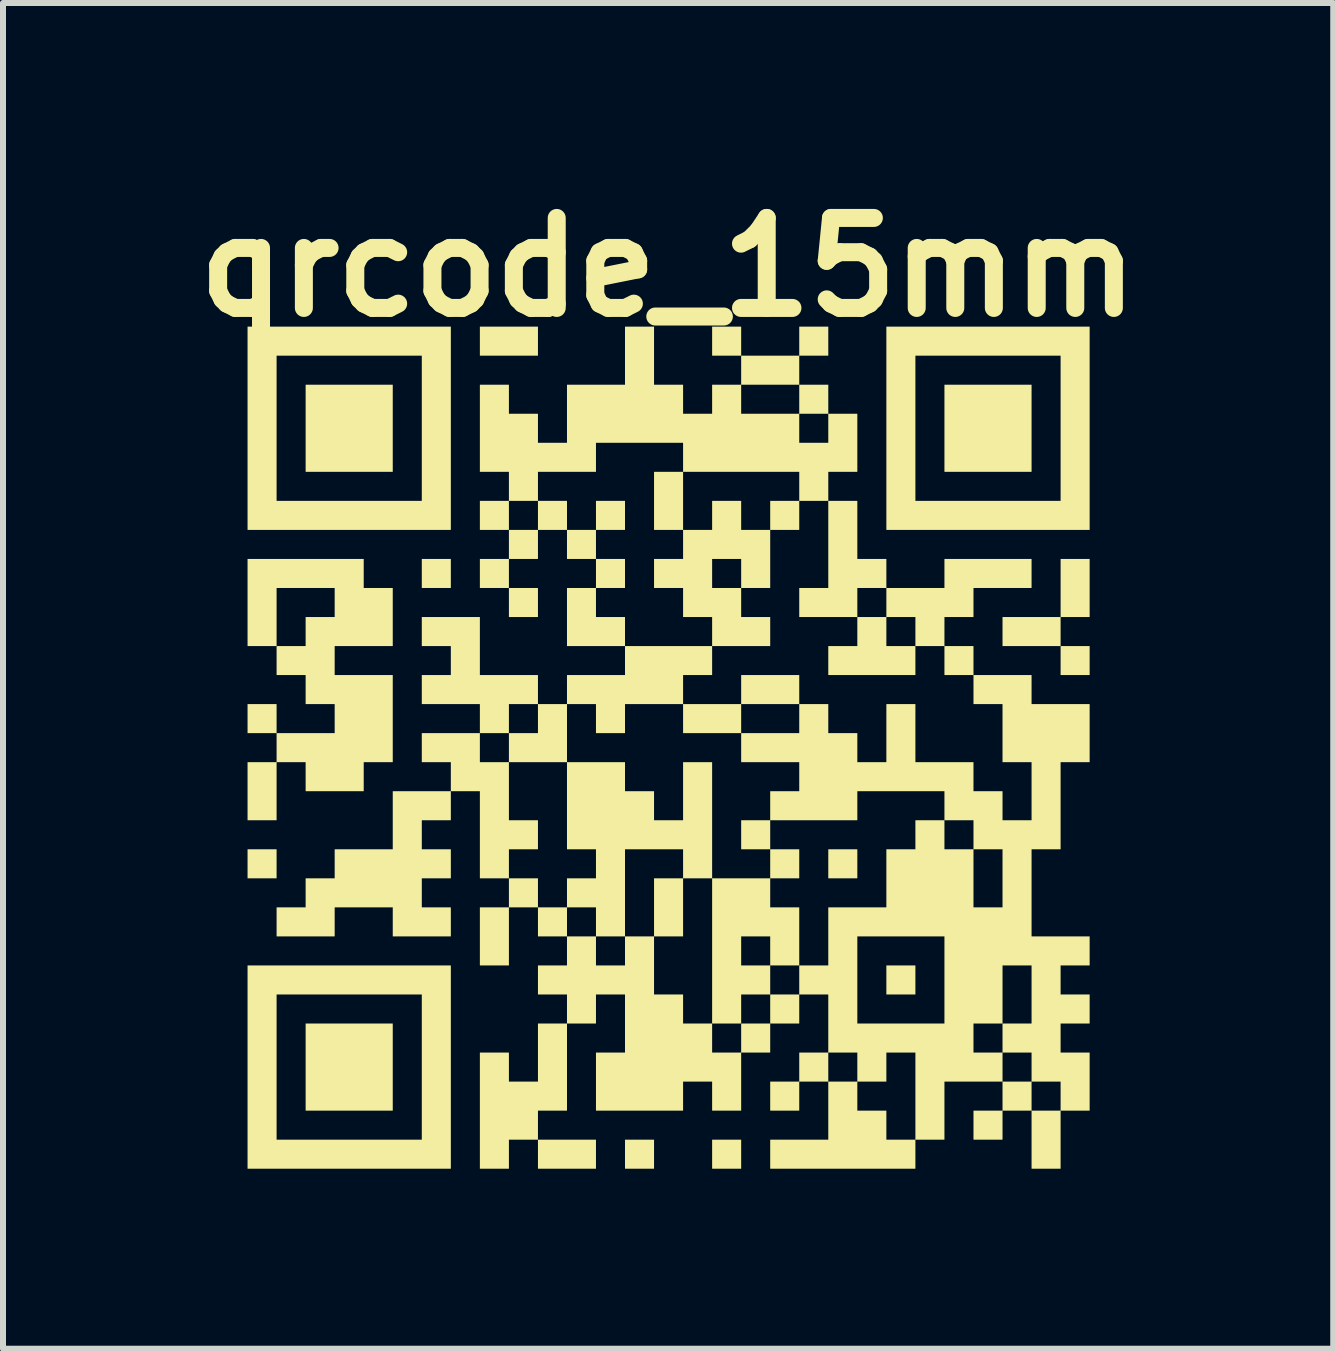
<source format=kicad_pcb>
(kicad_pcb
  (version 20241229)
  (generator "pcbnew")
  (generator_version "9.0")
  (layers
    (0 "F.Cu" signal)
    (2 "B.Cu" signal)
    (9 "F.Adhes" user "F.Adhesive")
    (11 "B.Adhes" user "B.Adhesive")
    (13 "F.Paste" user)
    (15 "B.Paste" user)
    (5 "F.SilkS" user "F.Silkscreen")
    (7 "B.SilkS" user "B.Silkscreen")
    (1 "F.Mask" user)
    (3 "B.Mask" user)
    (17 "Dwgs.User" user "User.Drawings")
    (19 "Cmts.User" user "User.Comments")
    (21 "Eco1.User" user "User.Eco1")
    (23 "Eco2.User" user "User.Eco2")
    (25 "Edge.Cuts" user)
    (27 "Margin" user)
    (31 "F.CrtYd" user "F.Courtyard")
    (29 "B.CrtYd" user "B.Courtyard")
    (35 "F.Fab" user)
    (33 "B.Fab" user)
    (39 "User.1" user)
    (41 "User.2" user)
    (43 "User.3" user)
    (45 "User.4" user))
  (footprint "qrcode_15mm"
    (layer "F.Cu")
    (at 8.086 9.404)
    (property "Reference" "qrcode_15mm" (at 0 -8 0) (layer "F.SilkS") (effects (font (size 1.5 1.5) (thickness 0.3))))
    (attr board_only exclude_from_pos_files exclude_from_bom)
    (fp_poly (pts (xy -6.526 1.943) (xy -6.526 2.185) (xy -6.768 2.185) (xy -7.01 2.185) (xy -7.01 1.943) (xy -7.01 1.701) (xy -6.768 1.701) (xy -6.526 1.701)) (stroke (width 0) (type solid)) (fill yes) (layer "F.SilkS"))
    (fp_poly (pts (xy -4.59 -5.316) (xy -4.59 -4.59) (xy -5.316 -4.59) (xy -6.042 -4.59) (xy -6.042 -5.316) (xy -6.042 -6.042) (xy -5.316 -6.042) (xy -4.59 -6.042)) (stroke (width 0) (type solid)) (fill yes) (layer "F.SilkS"))
    (fp_poly (pts (xy -4.59 5.331) (xy -4.59 6.057) (xy -5.316 6.057) (xy -6.042 6.057) (xy -6.042 5.331) (xy -6.042 4.605) (xy -5.316 4.605) (xy -4.59 4.605)) (stroke (width 0) (type solid)) (fill yes) (layer "F.SilkS"))
    (fp_poly (pts (xy -3.622 -2.896) (xy -3.622 -2.654) (xy -3.864 -2.654) (xy -4.106 -2.654) (xy -4.106 -2.896) (xy -4.106 -3.138) (xy -3.864 -3.138) (xy -3.622 -3.138)) (stroke (width 0) (type solid)) (fill yes) (layer "F.SilkS"))
    (fp_poly (pts (xy -2.17 -6.768) (xy -2.17 -6.526) (xy -2.654 -6.526) (xy -3.138 -6.526) (xy -3.138 -6.768) (xy -3.138 -7.01) (xy -2.654 -7.01) (xy -2.17 -7.01)) (stroke (width 0) (type solid)) (fill yes) (layer "F.SilkS"))
    (fp_poly (pts (xy -2.17 -2.412) (xy -2.17 -2.17) (xy -2.412 -2.17) (xy -2.654 -2.17) (xy -2.654 -2.412) (xy -2.654 -2.654) (xy -2.412 -2.654) (xy -2.17 -2.654)) (stroke (width 0) (type solid)) (fill yes) (layer "F.SilkS"))
    (fp_poly (pts (xy -1.686 2.911) (xy -1.686 3.153) (xy -1.928 3.153) (xy -2.17 3.153) (xy -2.17 2.911) (xy -2.17 2.669) (xy -1.928 2.669) (xy -1.686 2.669)) (stroke (width 0) (type solid)) (fill yes) (layer "F.SilkS"))
    (fp_poly (pts (xy -1.203 -3.38) (xy -1.203 -3.138) (xy -1.445 -3.138) (xy -1.686 -3.138) (xy -1.686 -3.38) (xy -1.686 -3.622) (xy -1.445 -3.622) (xy -1.203 -3.622)) (stroke (width 0) (type solid)) (fill yes) (layer "F.SilkS"))
    (fp_poly (pts (xy -1.203 6.783) (xy -1.203 7.025) (xy -1.686 7.025) (xy -2.17 7.025) (xy -2.17 6.783) (xy -2.17 6.541) (xy -1.686 6.541) (xy -1.203 6.541)) (stroke (width 0) (type solid)) (fill yes) (layer "F.SilkS"))
    (fp_poly (pts (xy -0.719 -3.864) (xy -0.719 -3.622) (xy -0.961 -3.622) (xy -1.203 -3.622) (xy -1.203 -3.864) (xy -1.203 -4.106) (xy -0.961 -4.106) (xy -0.719 -4.106)) (stroke (width 0) (type solid)) (fill yes) (layer "F.SilkS"))
    (fp_poly (pts (xy -0.235 6.783) (xy -0.235 7.025) (xy -0.477 7.025) (xy -0.719 7.025) (xy -0.719 6.783) (xy -0.719 6.541) (xy -0.477 6.541) (xy -0.235 6.541)) (stroke (width 0) (type solid)) (fill yes) (layer "F.SilkS"))
    (fp_poly (pts (xy 1.217 6.783) (xy 1.217 7.025) (xy 0.975 7.025) (xy 0.733 7.025) (xy 0.733 6.783) (xy 0.733 6.541) (xy 0.975 6.541) (xy 1.217 6.541)) (stroke (width 0) (type solid)) (fill yes) (layer "F.SilkS"))
    (fp_poly (pts (xy 1.701 1.459) (xy 1.701 1.701) (xy 1.459 1.701) (xy 1.217 1.701) (xy 1.217 1.459) (xy 1.217 1.217) (xy 1.459 1.217) (xy 1.701 1.217)) (stroke (width 0) (type solid)) (fill yes) (layer "F.SilkS"))
    (fp_poly (pts (xy 3.153 1.943) (xy 3.153 2.185) (xy 2.911 2.185) (xy 2.669 2.185) (xy 2.669 1.943) (xy 2.669 1.701) (xy 2.911 1.701) (xy 3.153 1.701)) (stroke (width 0) (type solid)) (fill yes) (layer "F.SilkS"))
    (fp_poly (pts (xy 4.121 3.879) (xy 4.121 4.121) (xy 3.879 4.121) (xy 3.637 4.121) (xy 3.637 3.879) (xy 3.637 3.637) (xy 3.879 3.637) (xy 4.121 3.637)) (stroke (width 0) (type solid)) (fill yes) (layer "F.SilkS"))
    (fp_poly (pts (xy 5.089 -1.445) (xy 5.089 -1.203) (xy 4.847 -1.203) (xy 4.605 -1.203) (xy 4.605 -1.445) (xy 4.605 -1.686) (xy 4.847 -1.686) (xy 5.089 -1.686)) (stroke (width 0) (type solid)) (fill yes) (layer "F.SilkS"))
    (fp_poly (pts (xy 6.057 -5.316) (xy 6.057 -4.59) (xy 5.331 -4.59) (xy 4.605 -4.59) (xy 4.605 -5.316) (xy 4.605 -6.042) (xy 5.331 -6.042) (xy 6.057 -6.042)) (stroke (width 0) (type solid)) (fill yes) (layer "F.SilkS"))
    (fp_poly (pts (xy 7.025 -1.445) (xy 7.025 -1.203) (xy 6.783 -1.203) (xy 6.541 -1.203) (xy 6.541 -1.445) (xy 6.541 -1.686) (xy 6.783 -1.686) (xy 7.025 -1.686)) (stroke (width 0) (type solid)) (fill yes) (layer "F.SilkS"))
    (fp_poly (pts (xy -2.17 2.427) (xy -2.17 2.669) (xy -2.412 2.669) (xy -2.654 2.669) (xy -2.654 3.153) (xy -2.654 3.637) (xy -2.896 3.637) (xy -3.138 3.637) (xy -3.138 3.153) (xy -3.138 2.669) (xy -2.896 2.669) (xy -2.654 2.669) (xy -2.654 2.427) (xy -2.654 2.185) (xy -2.412 2.185) (xy -2.17 2.185)) (stroke (width 0) (type solid)) (fill yes) (layer "F.SilkS"))
    (fp_poly (pts (xy 2.185 -0.961) (xy 2.185 -0.719) (xy 1.701 -0.719) (xy 1.217 -0.719) (xy 1.217 -0.477) (xy 1.217 -0.235) (xy 0.733 -0.235) (xy 0.249 -0.235) (xy 0.249 -0.477) (xy 0.249 -0.719) (xy 0.733 -0.719) (xy 1.217 -0.719) (xy 1.217 -0.961) (xy 1.217 -1.203) (xy 1.701 -1.203) (xy 2.185 -1.203)) (stroke (width 0) (type solid)) (fill yes) (layer "F.SilkS"))
    (fp_poly (pts (xy 3.637 -1.928) (xy 3.637 -1.686) (xy 3.879 -1.686) (xy 4.121 -1.686) (xy 4.121 -1.445) (xy 4.121 -1.203) (xy 3.395 -1.203) (xy 2.669 -1.203) (xy 2.669 -1.445) (xy 2.669 -1.686) (xy 2.911 -1.686) (xy 3.153 -1.686) (xy 3.153 -1.928) (xy 3.153 -2.17) (xy 3.395 -2.17) (xy 3.637 -2.17)) (stroke (width 0) (type solid)) (fill yes) (layer "F.SilkS"))
    (fp_poly (pts (xy 7.025 -2.654) (xy 7.025 -2.17) (xy 6.783 -2.17) (xy 6.541 -2.17) (xy 6.541 -1.928) (xy 6.541 -1.686) (xy 6.057 -1.686) (xy 5.573 -1.686) (xy 5.573 -1.928) (xy 5.573 -2.17) (xy 6.057 -2.17) (xy 6.541 -2.17) (xy 6.541 -2.654) (xy 6.541 -3.138) (xy 6.783 -3.138) (xy 7.025 -3.138)) (stroke (width 0) (type solid)) (fill yes) (layer "F.SilkS"))
    (fp_poly (pts (xy -3.622 -5.316) (xy -3.622 -3.622) (xy -5.316 -3.622) (xy -7.01 -3.622) (xy -7.01 -5.316) (xy -7.01 -6.526) (xy -6.526 -6.526) (xy -6.526 -5.316) (xy -6.526 -4.106) (xy -5.316 -4.106) (xy -4.106 -4.106) (xy -4.106 -5.316) (xy -4.106 -6.526) (xy -5.316 -6.526) (xy -6.526 -6.526) (xy -7.01 -6.526) (xy -7.01 -7.01) (xy -5.316 -7.01) (xy -3.622 -7.01)) (stroke (width 0) (type solid)) (fill yes) (layer "F.SilkS"))
    (fp_poly (pts (xy -3.622 5.331) (xy -3.622 7.025) (xy -5.316 7.025) (xy -7.01 7.025) (xy -7.01 5.331) (xy -7.01 4.121) (xy -6.526 4.121) (xy -6.526 5.331) (xy -6.526 6.541) (xy -5.316 6.541) (xy -4.106 6.541) (xy -4.106 5.331) (xy -4.106 4.121) (xy -5.316 4.121) (xy -6.526 4.121) (xy -7.01 4.121) (xy -7.01 3.637) (xy -5.316 3.637) (xy -3.622 3.637)) (stroke (width 0) (type solid)) (fill yes) (layer "F.SilkS"))
    (fp_poly (pts (xy 7.025 -5.316) (xy 7.025 -3.622) (xy 5.331 -3.622) (xy 3.637 -3.622) (xy 3.637 -5.316) (xy 3.637 -6.526) (xy 4.121 -6.526) (xy 4.121 -5.316) (xy 4.121 -4.106) (xy 5.331 -4.106) (xy 6.541 -4.106) (xy 6.541 -5.316) (xy 6.541 -6.526) (xy 5.331 -6.526) (xy 4.121 -6.526) (xy 3.637 -6.526) (xy 3.637 -7.01) (xy 5.331 -7.01) (xy 7.025 -7.01)) (stroke (width 0) (type solid)) (fill yes) (layer "F.SilkS"))
    (fp_poly (pts (xy -0.719 -2.896) (xy -0.719 -2.654) (xy -0.961 -2.654) (xy -1.203 -2.654) (xy -1.203 -2.412) (xy -1.203 -2.17) (xy -0.961 -2.17) (xy -0.719 -2.17) (xy -0.719 -1.928) (xy -0.719 -1.686) (xy -1.203 -1.686) (xy -1.686 -1.686) (xy -1.686 -2.17) (xy -1.686 -2.654) (xy -1.445 -2.654) (xy -1.203 -2.654) (xy -1.203 -2.896) (xy -1.203 -3.138) (xy -0.961 -3.138) (xy -0.719 -3.138)) (stroke (width 0) (type solid)) (fill yes) (layer "F.SilkS"))
    (fp_poly (pts (xy 3.153 -3.622) (xy 3.153 -3.138) (xy 3.395 -3.138) (xy 3.637 -3.138) (xy 3.637 -2.896) (xy 3.637 -2.654) (xy 4.121 -2.654) (xy 4.605 -2.654) (xy 4.605 -2.896) (xy 4.605 -3.138) (xy 5.331 -3.138) (xy 6.057 -3.138) (xy 6.057 -2.896) (xy 6.057 -2.654) (xy 5.573 -2.654) (xy 5.089 -2.654) (xy 5.089 -2.412) (xy 5.089 -2.17) (xy 4.847 -2.17) (xy 4.605 -2.17) (xy 4.605 -1.928) (xy 4.605 -1.686) (xy 4.363 -1.686) (xy 4.121 -1.686) (xy 4.121 -1.928) (xy 4.121 -2.17) (xy 3.879 -2.17) (xy 3.637 -2.17) (xy 3.637 -2.412) (xy 3.637 -2.654) (xy 3.395 -2.654) (xy 3.153 -2.654) (xy 3.153 -2.412) (xy 3.153 -2.17) (xy 2.669 -2.17) (xy 2.185 -2.17) (xy 2.185 -2.412) (xy 2.185 -2.654) (xy 2.427 -2.654) (xy 2.669 -2.654) (xy 2.669 -3.38) (xy 2.669 -4.106) (xy 2.911 -4.106) (xy 3.153 -4.106)) (stroke (width 0) (type solid)) (fill yes) (layer "F.SilkS"))
    (fp_poly (pts (xy 0.249 -4.106) (xy 0.249 -3.622) (xy 0.491 -3.622) (xy 0.733 -3.622) (xy 0.733 -3.864) (xy 0.733 -4.106) (xy 0.975 -4.106) (xy 1.217 -4.106) (xy 1.217 -3.864) (xy 1.217 -3.622) (xy 1.459 -3.622) (xy 1.701 -3.622) (xy 1.701 -3.864) (xy 1.701 -4.106) (xy 1.943 -4.106) (xy 2.185 -4.106) (xy 2.185 -3.864) (xy 2.185 -3.622) (xy 1.943 -3.622) (xy 1.701 -3.622) (xy 1.701 -3.138) (xy 1.701 -2.654) (xy 1.459 -2.654) (xy 1.217 -2.654) (xy 1.217 -2.412) (xy 1.217 -2.17) (xy 1.459 -2.17) (xy 1.701 -2.17) (xy 1.701 -1.928) (xy 1.701 -1.686) (xy 1.217 -1.686) (xy 0.733 -1.686) (xy 0.733 -1.928) (xy 0.733 -2.17) (xy 0.491 -2.17) (xy 0.249 -2.17) (xy 0.249 -2.412) (xy 0.249 -2.654) (xy 0.007 -2.654) (xy -0.235 -2.654) (xy -0.235 -2.896) (xy -0.235 -3.138) (xy 0.007 -3.138) (xy 0.249 -3.138) (xy 0.733 -3.138) (xy 0.733 -2.896) (xy 0.733 -2.654) (xy 0.975 -2.654) (xy 1.217 -2.654) (xy 1.217 -2.896) (xy 1.217 -3.138) (xy 0.975 -3.138) (xy 0.733 -3.138) (xy 0.249 -3.138) (xy 0.249 -3.38) (xy 0.249 -3.622) (xy 0.007 -3.622) (xy -0.235 -3.622) (xy -0.235 -4.106) (xy -0.235 -4.59) (xy 0.007 -4.59) (xy 0.249 -4.59)) (stroke (width 0) (type solid)) (fill yes) (layer "F.SilkS"))
    (fp_poly (pts (xy -5.074 -2.896) (xy -5.074 -2.654) (xy -4.832 -2.654) (xy -4.59 -2.654) (xy -4.59 -2.17) (xy -4.59 -1.686) (xy -5.074 -1.686) (xy -5.558 -1.686) (xy -5.558 -1.445) (xy -5.558 -1.203) (xy -5.074 -1.203) (xy -4.59 -1.203) (xy -4.59 -0.477) (xy -4.59 0.249) (xy -4.832 0.249) (xy -5.074 0.249) (xy -5.074 0.491) (xy -5.074 0.733) (xy -5.558 0.733) (xy -6.042 0.733) (xy -6.042 0.491) (xy -6.042 0.249) (xy -6.284 0.249) (xy -6.526 0.249) (xy -6.526 0.733) (xy -6.526 1.217) (xy -6.768 1.217) (xy -7.01 1.217) (xy -7.01 0.733) (xy -7.01 0.249) (xy -6.768 0.249) (xy -6.526 0.249) (xy -6.526 0.007) (xy -6.526 -0.235) (xy -6.768 -0.235) (xy -7.01 -0.235) (xy -7.01 -0.477) (xy -7.01 -0.719) (xy -6.768 -0.719) (xy -6.526 -0.719) (xy -6.526 -0.477) (xy -6.526 -0.235) (xy -6.042 -0.235) (xy -5.558 -0.235) (xy -5.558 -0.477) (xy -5.558 -0.719) (xy -5.8 -0.719) (xy -6.042 -0.719) (xy -6.042 -0.961) (xy -6.042 -1.203) (xy -6.284 -1.203) (xy -6.526 -1.203) (xy -6.526 -1.445) (xy -6.526 -1.686) (xy -6.768 -1.686) (xy -7.01 -1.686) (xy -7.01 -2.412) (xy -7.01 -2.654) (xy -6.526 -2.654) (xy -6.526 -2.17) (xy -6.526 -1.686) (xy -6.284 -1.686) (xy -6.042 -1.686) (xy -6.042 -1.928) (xy -6.042 -2.17) (xy -5.8 -2.17) (xy -5.558 -2.17) (xy -5.558 -2.412) (xy -5.558 -2.654) (xy -6.042 -2.654) (xy -6.526 -2.654) (xy -7.01 -2.654) (xy -7.01 -3.138) (xy -6.042 -3.138) (xy -5.074 -3.138)) (stroke (width 0) (type solid)) (fill yes) (layer "F.SilkS"))
    (fp_poly (pts (xy -0.719 0.491) (xy -0.719 0.733) (xy -0.477 0.733) (xy -0.235 0.733) (xy -0.235 0.975) (xy -0.235 1.217) (xy 0.007 1.217) (xy 0.249 1.217) (xy 0.249 0.733) (xy 0.249 0.249) (xy 0.491 0.249) (xy 0.733 0.249) (xy 0.733 1.217) (xy 0.733 2.185) (xy 1.217 2.185) (xy 1.701 2.185) (xy 1.701 1.943) (xy 1.701 1.701) (xy 1.943 1.701) (xy 2.185 1.701) (xy 2.185 1.943) (xy 2.185 2.185) (xy 1.943 2.185) (xy 1.701 2.185) (xy 1.701 2.427) (xy 1.701 2.669) (xy 1.943 2.669) (xy 2.185 2.669) (xy 2.185 3.153) (xy 2.185 3.637) (xy 1.943 3.637) (xy 1.701 3.637) (xy 1.701 3.879) (xy 1.701 4.121) (xy 1.459 4.121) (xy 1.217 4.121) (xy 1.217 4.363) (xy 1.217 4.605) (xy 0.975 4.605) (xy 0.733 4.605) (xy 0.733 3.395) (xy 0.733 3.153) (xy 1.217 3.153) (xy 1.217 3.395) (xy 1.217 3.637) (xy 1.459 3.637) (xy 1.701 3.637) (xy 1.701 3.395) (xy 1.701 3.153) (xy 1.459 3.153) (xy 1.217 3.153) (xy 0.733 3.153) (xy 0.733 2.185) (xy 0.491 2.185) (xy 0.249 2.185) (xy 0.249 2.669) (xy 0.249 3.153) (xy 0.007 3.153) (xy -0.235 3.153) (xy -0.235 2.669) (xy -0.235 2.185) (xy 0.007 2.185) (xy 0.249 2.185) (xy 0.249 1.943) (xy 0.249 1.701) (xy -0.235 1.701) (xy -0.719 1.701) (xy -0.719 2.427) (xy -0.719 3.153) (xy -0.961 3.153) (xy -1.203 3.153) (xy -1.203 2.911) (xy -1.203 2.669) (xy -1.445 2.669) (xy -1.686 2.669) (xy -1.686 2.427) (xy -1.686 2.185) (xy -1.445 2.185) (xy -1.203 2.185) (xy -1.203 1.943) (xy -1.203 1.701) (xy -1.445 1.701) (xy -1.686 1.701) (xy -1.686 0.975) (xy -1.686 0.249) (xy -1.203 0.249) (xy -0.719 0.249)) (stroke (width 0) (type solid)) (fill yes) (layer "F.SilkS"))
    (fp_poly (pts (xy -3.138 -1.686) (xy -3.138 -1.203) (xy -2.654 -1.203) (xy -2.17 -1.203) (xy -2.17 -0.961) (xy -2.17 -0.719) (xy -1.928 -0.719) (xy -1.686 -0.719) (xy -1.686 -0.961) (xy -1.686 -1.203) (xy -1.203 -1.203) (xy -0.719 -1.203) (xy -0.719 -1.445) (xy -0.719 -1.686) (xy 0.007 -1.686) (xy 0.733 -1.686) (xy 0.733 -1.445) (xy 0.733 -1.203) (xy 0.491 -1.203) (xy 0.249 -1.203) (xy 0.249 -0.961) (xy 0.249 -0.719) (xy -0.235 -0.719) (xy -0.719 -0.719) (xy -0.719 -0.477) (xy -0.719 -0.235) (xy -0.961 -0.235) (xy -1.203 -0.235) (xy -1.203 -0.477) (xy -1.203 -0.719) (xy -1.445 -0.719) (xy -1.686 -0.719) (xy -1.686 -0.235) (xy -1.686 0.249) (xy -2.17 0.249) (xy -2.654 0.249) (xy -2.654 0.007) (xy -2.654 -0.235) (xy -2.412 -0.235) (xy -2.17 -0.235) (xy -2.17 -0.477) (xy -2.17 -0.719) (xy -2.412 -0.719) (xy -2.654 -0.719) (xy -2.654 -0.477) (xy -2.654 -0.235) (xy -2.896 -0.235) (xy -3.138 -0.235) (xy -3.138 0.007) (xy -3.138 0.249) (xy -2.896 0.249) (xy -2.654 0.249) (xy -2.654 0.733) (xy -2.654 1.217) (xy -2.412 1.217) (xy -2.17 1.217) (xy -2.17 1.459) (xy -2.17 1.701) (xy -2.412 1.701) (xy -2.654 1.701) (xy -2.654 1.943) (xy -2.654 2.185) (xy -2.896 2.185) (xy -3.138 2.185) (xy -3.138 1.459) (xy -3.138 0.733) (xy -3.38 0.733) (xy -3.622 0.733) (xy -3.622 0.975) (xy -3.622 1.217) (xy -3.864 1.217) (xy -4.106 1.217) (xy -4.106 1.459) (xy -4.106 1.701) (xy -3.864 1.701) (xy -3.622 1.701) (xy -3.622 1.943) (xy -3.622 2.185) (xy -3.864 2.185) (xy -4.106 2.185) (xy -4.106 2.427) (xy -4.106 2.669) (xy -3.864 2.669) (xy -3.622 2.669) (xy -3.622 2.911) (xy -3.622 3.153) (xy -4.106 3.153) (xy -4.59 3.153) (xy -4.59 2.911) (xy -4.59 2.669) (xy -5.074 2.669) (xy -5.558 2.669) (xy -5.558 2.911) (xy -5.558 3.153) (xy -6.042 3.153) (xy -6.526 3.153) (xy -6.526 2.911) (xy -6.526 2.669) (xy -6.284 2.669) (xy -6.042 2.669) (xy -6.042 2.427) (xy -6.042 2.185) (xy -5.8 2.185) (xy -5.558 2.185) (xy -5.558 1.943) (xy -5.558 1.701) (xy -5.074 1.701) (xy -4.59 1.701) (xy -4.59 1.217) (xy -4.59 0.733) (xy -4.106 0.733) (xy -3.622 0.733) (xy -3.622 0.491) (xy -3.622 0.249) (xy -3.864 0.249) (xy -4.106 0.249) (xy -4.106 0.007) (xy -4.106 -0.235) (xy -3.622 -0.235) (xy -3.138 -0.235) (xy -3.138 -0.477) (xy -3.138 -0.719) (xy -3.622 -0.719) (xy -4.106 -0.719) (xy -4.106 -0.961) (xy -4.106 -1.203) (xy -3.864 -1.203) (xy -3.622 -1.203) (xy -3.622 -1.445) (xy -3.622 -1.686) (xy -3.864 -1.686) (xy -4.106 -1.686) (xy -4.106 -1.928) (xy -4.106 -2.17) (xy -3.622 -2.17) (xy -3.138 -2.17)) (stroke (width 0) (type solid)) (fill yes) (layer "F.SilkS"))
    (fp_poly (pts (xy -0.235 -6.526) (xy -0.235 -6.042) (xy 0.007 -6.042) (xy 0.249 -6.042) (xy 0.249 -5.8) (xy 0.249 -5.558) (xy 0.491 -5.558) (xy 0.733 -5.558) (xy 0.733 -5.8) (xy 0.733 -6.042) (xy 0.975 -6.042) (xy 1.217 -6.042) (xy 1.217 -6.284) (xy 1.217 -6.526) (xy 0.975 -6.526) (xy 0.733 -6.526) (xy 0.733 -6.768) (xy 0.733 -7.01) (xy 0.975 -7.01) (xy 1.217 -7.01) (xy 1.217 -6.768) (xy 1.217 -6.526) (xy 1.701 -6.526) (xy 2.185 -6.526) (xy 2.185 -6.768) (xy 2.185 -7.01) (xy 2.427 -7.01) (xy 2.669 -7.01) (xy 2.669 -6.768) (xy 2.669 -6.526) (xy 2.427 -6.526) (xy 2.185 -6.526) (xy 2.185 -6.284) (xy 2.185 -6.042) (xy 1.701 -6.042) (xy 1.217 -6.042) (xy 1.217 -5.8) (xy 1.217 -5.558) (xy 1.701 -5.558) (xy 2.185 -5.558) (xy 2.185 -5.8) (xy 2.185 -6.042) (xy 2.427 -6.042) (xy 2.669 -6.042) (xy 2.669 -5.8) (xy 2.669 -5.558) (xy 2.427 -5.558) (xy 2.185 -5.558) (xy 2.185 -5.316) (xy 2.185 -5.074) (xy 2.427 -5.074) (xy 2.669 -5.074) (xy 2.669 -5.316) (xy 2.669 -5.558) (xy 2.911 -5.558) (xy 3.153 -5.558) (xy 3.153 -5.074) (xy 3.153 -4.59) (xy 2.911 -4.59) (xy 2.669 -4.59) (xy 2.669 -4.348) (xy 2.669 -4.106) (xy 2.427 -4.106) (xy 2.185 -4.106) (xy 2.185 -4.348) (xy 2.185 -4.59) (xy 1.217 -4.59) (xy 0.249 -4.59) (xy 0.249 -4.832) (xy 0.249 -5.074) (xy -0.477 -5.074) (xy -1.203 -5.074) (xy -1.203 -4.832) (xy -1.203 -4.59) (xy -1.686 -4.59) (xy -2.17 -4.59) (xy -2.17 -4.348) (xy -2.17 -4.106) (xy -2.412 -4.106) (xy -2.654 -4.106) (xy -2.654 -3.864) (xy -2.654 -3.622) (xy -2.412 -3.622) (xy -2.17 -3.622) (xy -2.17 -3.864) (xy -2.17 -4.106) (xy -1.928 -4.106) (xy -1.686 -4.106) (xy -1.686 -3.864) (xy -1.686 -3.622) (xy -1.928 -3.622) (xy -2.17 -3.622) (xy -2.17 -3.38) (xy -2.17 -3.138) (xy -2.412 -3.138) (xy -2.654 -3.138) (xy -2.654 -2.896) (xy -2.654 -2.654) (xy -2.896 -2.654) (xy -3.138 -2.654) (xy -3.138 -2.896) (xy -3.138 -3.138) (xy -2.896 -3.138) (xy -2.654 -3.138) (xy -2.654 -3.38) (xy -2.654 -3.622) (xy -2.896 -3.622) (xy -3.138 -3.622) (xy -3.138 -3.864) (xy -3.138 -4.106) (xy -2.896 -4.106) (xy -2.654 -4.106) (xy -2.654 -4.348) (xy -2.654 -4.59) (xy -2.896 -4.59) (xy -3.138 -4.59) (xy -3.138 -5.316) (xy -3.138 -6.042) (xy -2.896 -6.042) (xy -2.654 -6.042) (xy -2.654 -5.8) (xy -2.654 -5.558) (xy -2.412 -5.558) (xy -2.17 -5.558) (xy -2.17 -5.316) (xy -2.17 -5.074) (xy -1.928 -5.074) (xy -1.686 -5.074) (xy -1.686 -5.558) (xy -1.686 -6.042) (xy -1.203 -6.042) (xy -0.719 -6.042) (xy -0.719 -6.526) (xy -0.719 -7.01) (xy -0.477 -7.01) (xy -0.235 -7.01)) (stroke (width 0) (type solid)) (fill yes) (layer "F.SilkS"))
    (fp_poly (pts (xy 6.057 -0.961) (xy 6.057 -0.719) (xy 6.541 -0.719) (xy 7.025 -0.719) (xy 7.025 -0.235) (xy 7.025 0.249) (xy 6.783 0.249) (xy 6.541 0.249) (xy 6.541 0.975) (xy 6.541 1.701) (xy 6.299 1.701) (xy 6.057 1.701) (xy 6.057 2.427) (xy 6.057 3.153) (xy 6.541 3.153) (xy 7.025 3.153) (xy 7.025 3.395) (xy 7.025 3.637) (xy 6.783 3.637) (xy 6.541 3.637) (xy 6.541 3.879) (xy 6.541 4.121) (xy 6.783 4.121) (xy 7.025 4.121) (xy 7.025 4.363) (xy 7.025 4.605) (xy 6.783 4.605) (xy 6.541 4.605) (xy 6.541 4.847) (xy 6.541 5.089) (xy 6.783 5.089) (xy 7.025 5.089) (xy 7.025 5.573) (xy 7.025 6.057) (xy 6.783 6.057) (xy 6.541 6.057) (xy 6.541 6.541) (xy 6.541 7.025) (xy 6.299 7.025) (xy 6.057 7.025) (xy 6.057 6.541) (xy 6.057 6.057) (xy 5.815 6.057) (xy 5.573 6.057) (xy 5.573 6.299) (xy 5.573 6.541) (xy 5.331 6.541) (xy 5.089 6.541) (xy 5.089 6.299) (xy 5.089 6.057) (xy 5.331 6.057) (xy 5.573 6.057) (xy 5.573 5.815) (xy 5.573 5.573) (xy 5.089 5.573) (xy 4.605 5.573) (xy 4.605 6.057) (xy 4.605 6.541) (xy 4.363 6.541) (xy 4.121 6.541) (xy 4.121 6.783) (xy 4.121 7.025) (xy 2.911 7.025) (xy 1.701 7.025) (xy 1.701 6.783) (xy 1.701 6.541) (xy 2.185 6.541) (xy 2.669 6.541) (xy 2.669 6.057) (xy 2.669 5.573) (xy 2.911 5.573) (xy 3.153 5.573) (xy 3.153 5.815) (xy 3.153 6.057) (xy 3.395 6.057) (xy 3.637 6.057) (xy 3.637 6.299) (xy 3.637 6.541) (xy 3.879 6.541) (xy 4.121 6.541) (xy 4.121 5.815) (xy 4.121 5.089) (xy 5.089 5.089) (xy 5.331 5.089) (xy 5.573 5.089) (xy 5.573 5.331) (xy 5.573 5.573) (xy 5.815 5.573) (xy 6.057 5.573) (xy 6.057 5.815) (xy 6.057 6.057) (xy 6.299 6.057) (xy 6.541 6.057) (xy 6.541 5.815) (xy 6.541 5.573) (xy 6.299 5.573) (xy 6.057 5.573) (xy 6.057 5.331) (xy 6.057 5.089) (xy 5.815 5.089) (xy 5.573 5.089) (xy 5.573 4.847) (xy 5.573 4.605) (xy 5.815 4.605) (xy 6.057 4.605) (xy 6.057 4.121) (xy 6.057 3.637) (xy 5.815 3.637) (xy 5.573 3.637) (xy 5.573 4.121) (xy 5.573 4.605) (xy 5.331 4.605) (xy 5.089 4.605) (xy 5.089 4.847) (xy 5.089 5.089) (xy 4.121 5.089) (xy 3.879 5.089) (xy 3.637 5.089) (xy 3.637 5.331) (xy 3.637 5.573) (xy 3.395 5.573) (xy 3.153 5.573) (xy 3.153 5.331) (xy 3.153 5.089) (xy 2.911 5.089) (xy 2.669 5.089) (xy 2.669 5.331) (xy 2.669 5.573) (xy 2.427 5.573) (xy 2.185 5.573) (xy 2.185 5.815) (xy 2.185 6.057) (xy 1.943 6.057) (xy 1.701 6.057) (xy 1.701 5.815) (xy 1.701 5.573) (xy 1.943 5.573) (xy 2.185 5.573) (xy 2.185 5.331) (xy 2.185 5.089) (xy 2.427 5.089) (xy 2.669 5.089) (xy 2.669 4.605) (xy 2.669 4.121) (xy 2.427 4.121) (xy 2.185 4.121) (xy 2.185 4.363) (xy 2.185 4.605) (xy 1.943 4.605) (xy 1.701 4.605) (xy 1.701 4.847) (xy 1.701 5.089) (xy 1.459 5.089) (xy 1.217 5.089) (xy 1.217 5.573) (xy 1.217 6.057) (xy 0.975 6.057) (xy 0.733 6.057) (xy 0.733 5.815) (xy 0.733 5.573) (xy 0.491 5.573) (xy 0.249 5.573) (xy 0.249 5.815) (xy 0.249 6.057) (xy -0.477 6.057) (xy -1.203 6.057) (xy -1.203 5.573) (xy -1.203 5.089) (xy -0.961 5.089) (xy -0.719 5.089) (xy -0.719 4.605) (xy -0.719 4.121) (xy -0.961 4.121) (xy -1.203 4.121) (xy -1.203 4.363) (xy -1.203 4.605) (xy -1.445 4.605) (xy -1.686 4.605) (xy -1.686 5.331) (xy -1.686 6.057) (xy -1.928 6.057) (xy -2.17 6.057) (xy -2.17 6.299) (xy -2.17 6.541) (xy -2.412 6.541) (xy -2.654 6.541) (xy -2.654 6.783) (xy -2.654 7.025) (xy -2.896 7.025) (xy -3.138 7.025) (xy -3.138 6.057) (xy -3.138 5.089) (xy -2.896 5.089) (xy -2.654 5.089) (xy -2.654 5.331) (xy -2.654 5.573) (xy -2.412 5.573) (xy -2.17 5.573) (xy -2.17 5.089) (xy -2.17 4.605) (xy -1.928 4.605) (xy -1.686 4.605) (xy -1.686 4.363) (xy -1.686 4.121) (xy -1.928 4.121) (xy -2.17 4.121) (xy -2.17 3.879) (xy -2.17 3.637) (xy -1.928 3.637) (xy -1.686 3.637) (xy -1.686 3.395) (xy -1.686 3.153) (xy -1.445 3.153) (xy -1.203 3.153) (xy -1.203 3.395) (xy -1.203 3.637) (xy -0.961 3.637) (xy -0.719 3.637) (xy -0.719 3.395) (xy -0.719 3.153) (xy -0.477 3.153) (xy -0.235 3.153) (xy -0.235 3.637) (xy -0.235 4.121) (xy 0.007 4.121) (xy 0.249 4.121) (xy 0.249 4.363) (xy 0.249 4.605) (xy 0.491 4.605) (xy 0.733 4.605) (xy 0.733 4.847) (xy 0.733 5.089) (xy 0.975 5.089) (xy 1.217 5.089) (xy 1.217 4.847) (xy 1.217 4.605) (xy 1.459 4.605) (xy 1.701 4.605) (xy 1.701 4.363) (xy 1.701 4.121) (xy 1.943 4.121) (xy 2.185 4.121) (xy 2.185 3.879) (xy 2.185 3.637) (xy 2.427 3.637) (xy 2.669 3.637) (xy 2.669 3.153) (xy 3.153 3.153) (xy 3.153 3.879) (xy 3.153 4.605) (xy 3.879 4.605) (xy 4.605 4.605) (xy 4.605 3.879) (xy 4.605 3.153) (xy 3.879 3.153) (xy 3.153 3.153) (xy 2.669 3.153) (xy 2.669 2.669) (xy 3.153 2.669) (xy 3.637 2.669) (xy 3.637 2.185) (xy 3.637 1.701) (xy 3.879 1.701) (xy 4.121 1.701) (xy 4.121 1.459) (xy 4.121 1.217) (xy 4.363 1.217) (xy 4.605 1.217) (xy 4.605 1.459) (xy 4.605 1.701) (xy 4.847 1.701) (xy 5.089 1.701) (xy 5.089 2.185) (xy 5.089 2.669) (xy 5.331 2.669) (xy 5.573 2.669) (xy 5.573 2.185) (xy 5.573 1.701) (xy 5.331 1.701) (xy 5.089 1.701) (xy 5.089 1.459) (xy 5.089 1.217) (xy 4.847 1.217) (xy 4.605 1.217) (xy 4.605 0.975) (xy 4.605 0.733) (xy 3.879 0.733) (xy 3.153 0.733) (xy 3.153 0.975) (xy 3.153 1.217) (xy 2.427 1.217) (xy 1.701 1.217) (xy 1.701 0.975) (xy 1.701 0.733) (xy 1.943 0.733) (xy 2.185 0.733) (xy 2.185 0.491) (xy 2.185 0.249) (xy 1.701 0.249) (xy 1.217 0.249) (xy 1.217 0.007) (xy 1.217 -0.235) (xy 1.701 -0.235) (xy 2.185 -0.235) (xy 2.185 -0.477) (xy 2.185 -0.719) (xy 2.427 -0.719) (xy 2.669 -0.719) (xy 2.669 -0.477) (xy 2.669 -0.235) (xy 2.911 -0.235) (xy 3.153 -0.235) (xy 3.153 0.007) (xy 3.153 0.249) (xy 3.395 0.249) (xy 3.637 0.249) (xy 3.637 -0.235) (xy 3.637 -0.719) (xy 3.879 -0.719) (xy 4.121 -0.719) (xy 4.121 -0.235) (xy 4.121 0.249) (xy 4.605 0.249) (xy 5.089 0.249) (xy 5.089 0.491) (xy 5.089 0.733) (xy 5.331 0.733) (xy 5.573 0.733) (xy 5.573 0.975) (xy 5.573 1.217) (xy 5.815 1.217) (xy 6.057 1.217) (xy 6.057 0.733) (xy 6.057 0.249) (xy 5.815 0.249) (xy 5.573 0.249) (xy 5.573 -0.235) (xy 5.573 -0.719) (xy 5.331 -0.719) (xy 5.089 -0.719) (xy 5.089 -0.961) (xy 5.089 -1.203) (xy 5.573 -1.203) (xy 6.057 -1.203)) (stroke (width 0) (type solid)) (fill yes) (layer "F.SilkS")))
  (gr_rect
    (start -3 -3)
    (end 19.171 19.429)
    (stroke (width 0.1) (type default))
    (fill no)
    (layer "Edge.Cuts")))
</source>
